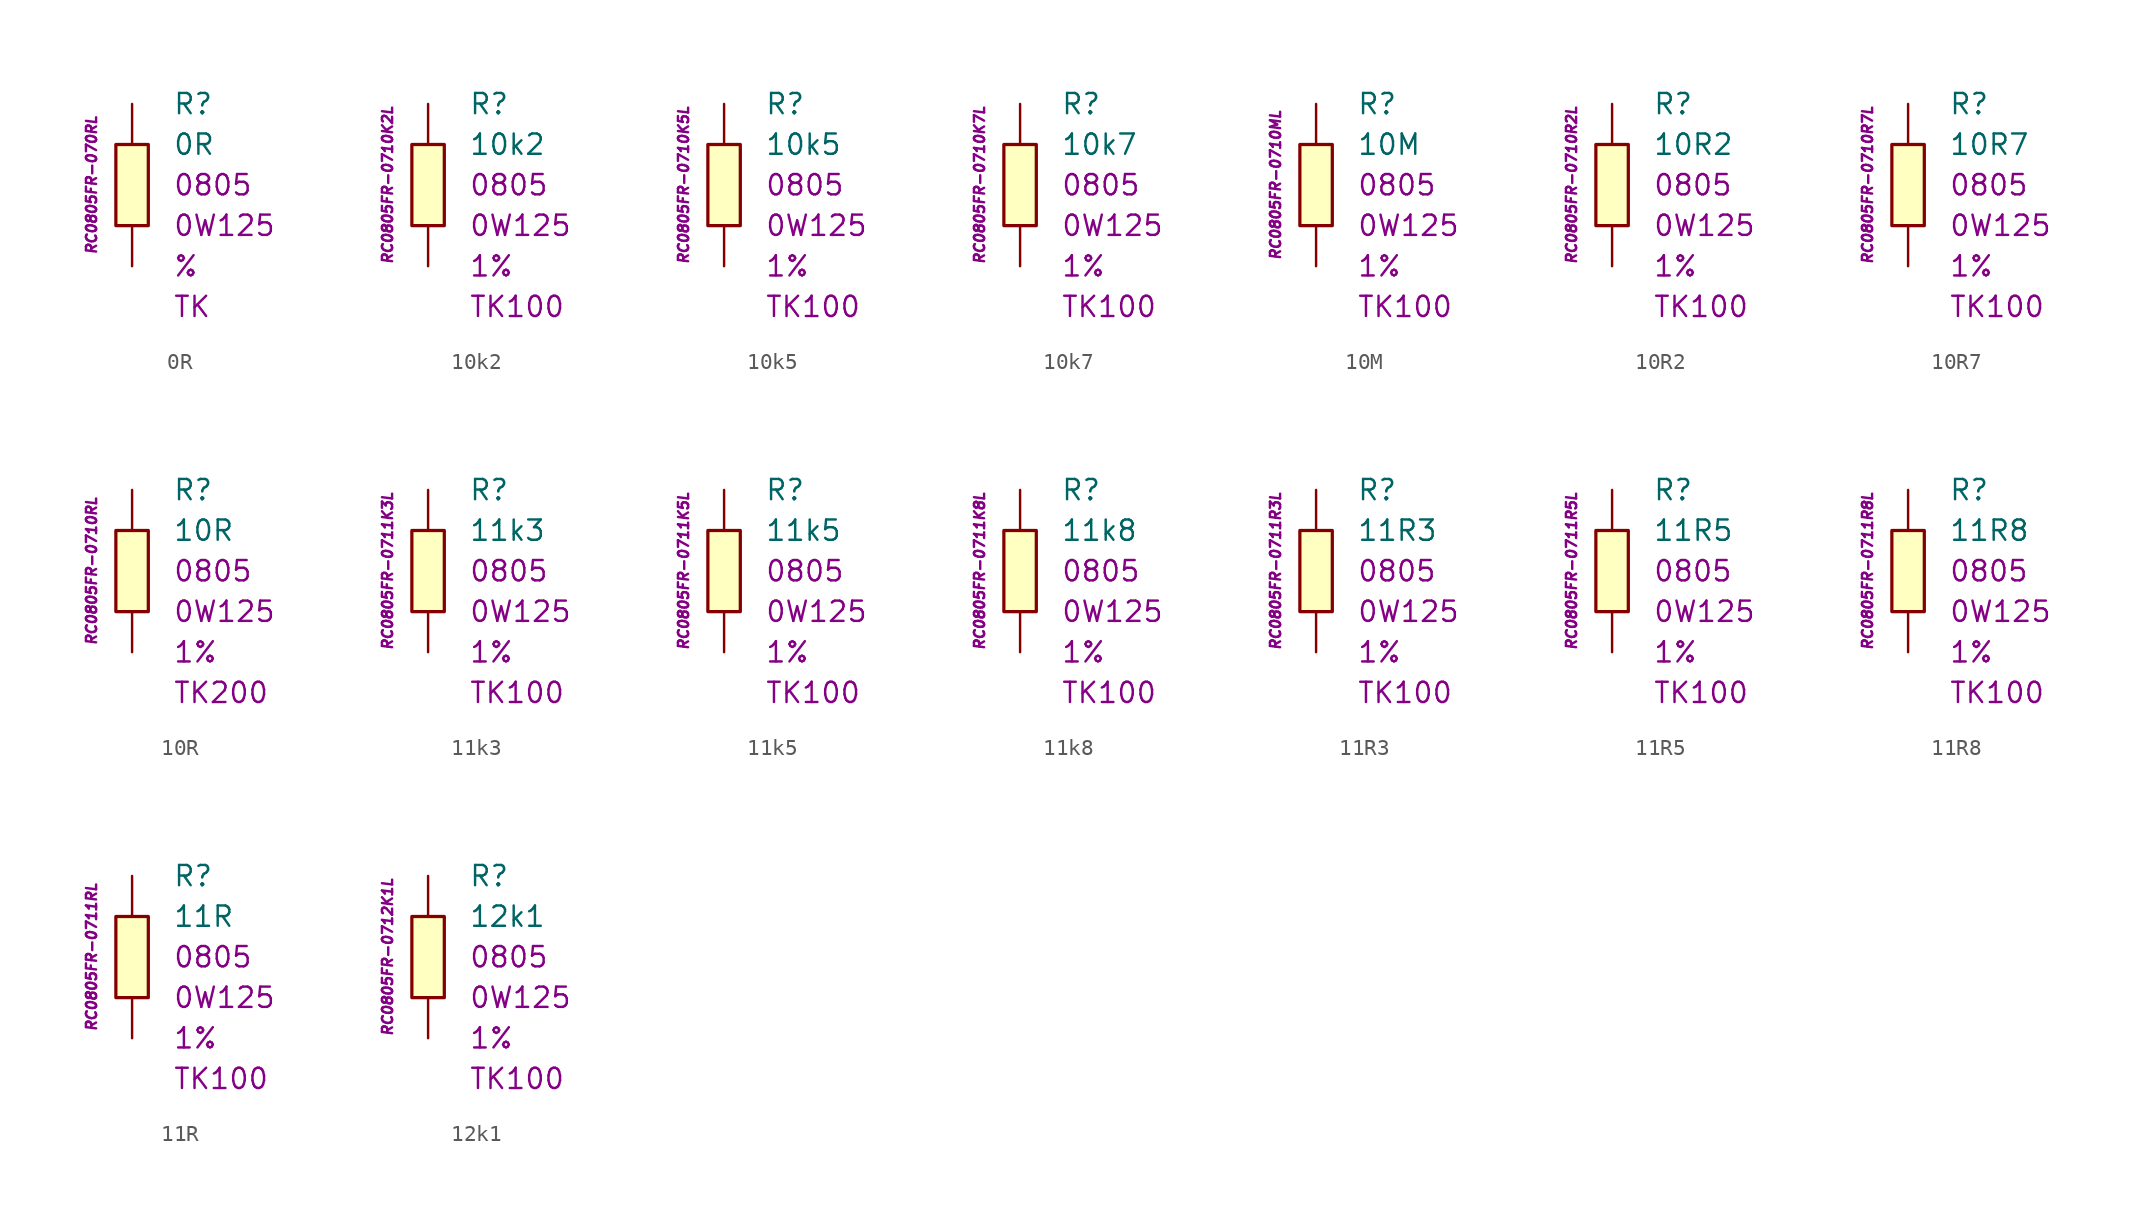
<source format=kicad_sym>
(kicad_symbol_lib
  (version 20201005)
  (generator kicad_symbol_editor)
  (symbol "0R"
    (pin_numbers hide)
    (pin_names
      (offset 1.016) hide)
    (property "Reference" "R"
      (at 2.54 5.08 0)
      (effects (font (size 1.27 1.27)) (justify left)))
    (property "Value" "0R"
      (at 2.54 2.54 0)
      (effects (font (size 1.27 1.27)) (justify left)))
    (property "Package" "0805"
      (at 2.54 0 0)
      (effects (font (size 1.27 1.27)) (justify left)))
    (property "Power" "0W125"
      (at 2.54 -2.54 0)
      (effects (font (size 1.27 1.27)) (justify left)))
    (property "Tolerance" "%"
      (at 2.54 -5.08 0)
      (effects (font (size 1.27 1.27)) (justify left)))
    (property "TK" "TK"
      (at 2.54 -7.62 0)
      (effects (font (size 1.27 1.27)) (justify left)))
    (property "ID" "RC0805FR-070RL"
      (at -2.54 0 90)
      (effects (font (size 0.635 0.635) italic)))
    (symbol "0R_0_1"
      (rectangle (start -1.016 2.54) (end 1.016 -2.54) (stroke (width 0.203)) (fill (type background))))
    (symbol "0R_1_1"
      (pin passive line (at 0 5.08 270) (length 2.54) (name "~" (effects (font (size 1.778 1.778)))) (number "1" (effects (font (size 1.778 1.778)))))
      (pin passive line (at 0 -5.08 90) (length 2.54) (name "~" (effects (font (size 1.778 1.778)))) (number "2" (effects (font (size 1.778 1.778)))))))
  (symbol "10k2"
    (pin_numbers hide)
    (pin_names
      (offset 1.016) hide)
    (property "Reference" "R"
      (at 2.54 5.08 0)
      (effects (font (size 1.27 1.27)) (justify left)))
    (property "Value" "10k2"
      (at 2.54 2.54 0)
      (effects (font (size 1.27 1.27)) (justify left)))
    (property "Package" "0805"
      (at 2.54 0 0)
      (effects (font (size 1.27 1.27)) (justify left)))
    (property "Power" "0W125"
      (at 2.54 -2.54 0)
      (effects (font (size 1.27 1.27)) (justify left)))
    (property "Tolerance" "1%"
      (at 2.54 -5.08 0)
      (effects (font (size 1.27 1.27)) (justify left)))
    (property "TK" "TK100"
      (at 2.54 -7.62 0)
      (effects (font (size 1.27 1.27)) (justify left)))
    (property "ID" "RC0805FR-0710K2L"
      (at -2.54 0 90)
      (effects (font (size 0.635 0.635) italic)))
    (symbol "10k2_0_1"
      (rectangle (start -1.016 2.54) (end 1.016 -2.54) (stroke (width 0.203)) (fill (type background))))
    (symbol "10k2_1_1"
      (pin passive line (at 0 5.08 270) (length 2.54) (name "~" (effects (font (size 1.778 1.778)))) (number "1" (effects (font (size 1.778 1.778)))))
      (pin passive line (at 0 -5.08 90) (length 2.54) (name "~" (effects (font (size 1.778 1.778)))) (number "2" (effects (font (size 1.778 1.778)))))))
  (symbol "10k5"
    (pin_numbers hide)
    (pin_names
      (offset 1.016) hide)
    (property "Reference" "R"
      (at 2.54 5.08 0)
      (effects (font (size 1.27 1.27)) (justify left)))
    (property "Value" "10k5"
      (at 2.54 2.54 0)
      (effects (font (size 1.27 1.27)) (justify left)))
    (property "Package" "0805"
      (at 2.54 0 0)
      (effects (font (size 1.27 1.27)) (justify left)))
    (property "Power" "0W125"
      (at 2.54 -2.54 0)
      (effects (font (size 1.27 1.27)) (justify left)))
    (property "Tolerance" "1%"
      (at 2.54 -5.08 0)
      (effects (font (size 1.27 1.27)) (justify left)))
    (property "TK" "TK100"
      (at 2.54 -7.62 0)
      (effects (font (size 1.27 1.27)) (justify left)))
    (property "ID" "RC0805FR-0710K5L"
      (at -2.54 0 90)
      (effects (font (size 0.635 0.635) italic)))
    (symbol "10k5_0_1"
      (rectangle (start -1.016 2.54) (end 1.016 -2.54) (stroke (width 0.203)) (fill (type background))))
    (symbol "10k5_1_1"
      (pin passive line (at 0 5.08 270) (length 2.54) (name "~" (effects (font (size 1.778 1.778)))) (number "1" (effects (font (size 1.778 1.778)))))
      (pin passive line (at 0 -5.08 90) (length 2.54) (name "~" (effects (font (size 1.778 1.778)))) (number "2" (effects (font (size 1.778 1.778)))))))
  (symbol "10k7"
    (pin_numbers hide)
    (pin_names
      (offset 1.016) hide)
    (property "Reference" "R"
      (at 2.54 5.08 0)
      (effects (font (size 1.27 1.27)) (justify left)))
    (property "Value" "10k7"
      (at 2.54 2.54 0)
      (effects (font (size 1.27 1.27)) (justify left)))
    (property "Package" "0805"
      (at 2.54 0 0)
      (effects (font (size 1.27 1.27)) (justify left)))
    (property "Power" "0W125"
      (at 2.54 -2.54 0)
      (effects (font (size 1.27 1.27)) (justify left)))
    (property "Tolerance" "1%"
      (at 2.54 -5.08 0)
      (effects (font (size 1.27 1.27)) (justify left)))
    (property "TK" "TK100"
      (at 2.54 -7.62 0)
      (effects (font (size 1.27 1.27)) (justify left)))
    (property "ID" "RC0805FR-0710K7L"
      (at -2.54 0 90)
      (effects (font (size 0.635 0.635) italic)))
    (symbol "10k7_0_1"
      (rectangle (start -1.016 2.54) (end 1.016 -2.54) (stroke (width 0.203)) (fill (type background))))
    (symbol "10k7_1_1"
      (pin passive line (at 0 5.08 270) (length 2.54) (name "~" (effects (font (size 1.778 1.778)))) (number "1" (effects (font (size 1.778 1.778)))))
      (pin passive line (at 0 -5.08 90) (length 2.54) (name "~" (effects (font (size 1.778 1.778)))) (number "2" (effects (font (size 1.778 1.778)))))))
  (symbol "10M"
    (pin_numbers hide)
    (pin_names
      (offset 1.016) hide)
    (property "Reference" "R"
      (at 2.54 5.08 0)
      (effects (font (size 1.27 1.27)) (justify left)))
    (property "Value" "10M"
      (at 2.54 2.54 0)
      (effects (font (size 1.27 1.27)) (justify left)))
    (property "Package" "0805"
      (at 2.54 0 0)
      (effects (font (size 1.27 1.27)) (justify left)))
    (property "Power" "0W125"
      (at 2.54 -2.54 0)
      (effects (font (size 1.27 1.27)) (justify left)))
    (property "Tolerance" "1%"
      (at 2.54 -5.08 0)
      (effects (font (size 1.27 1.27)) (justify left)))
    (property "TK" "TK100"
      (at 2.54 -7.62 0)
      (effects (font (size 1.27 1.27)) (justify left)))
    (property "ID" "RC0805FR-0710ML"
      (at -2.54 0 90)
      (effects (font (size 0.635 0.635) italic)))
    (symbol "10M_0_1"
      (rectangle (start -1.016 2.54) (end 1.016 -2.54) (stroke (width 0.203)) (fill (type background))))
    (symbol "10M_1_1"
      (pin passive line (at 0 5.08 270) (length 2.54) (name "~" (effects (font (size 1.778 1.778)))) (number "1" (effects (font (size 1.778 1.778)))))
      (pin passive line (at 0 -5.08 90) (length 2.54) (name "~" (effects (font (size 1.778 1.778)))) (number "2" (effects (font (size 1.778 1.778)))))))
  (symbol "10R2"
    (pin_numbers hide)
    (pin_names
      (offset 1.016) hide)
    (property "Reference" "R"
      (at 2.54 5.08 0)
      (effects (font (size 1.27 1.27)) (justify left)))
    (property "Value" "10R2"
      (at 2.54 2.54 0)
      (effects (font (size 1.27 1.27)) (justify left)))
    (property "Package" "0805"
      (at 2.54 0 0)
      (effects (font (size 1.27 1.27)) (justify left)))
    (property "Power" "0W125"
      (at 2.54 -2.54 0)
      (effects (font (size 1.27 1.27)) (justify left)))
    (property "Tolerance" "1%"
      (at 2.54 -5.08 0)
      (effects (font (size 1.27 1.27)) (justify left)))
    (property "TK" "TK100"
      (at 2.54 -7.62 0)
      (effects (font (size 1.27 1.27)) (justify left)))
    (property "ID" "RC0805FR-0710R2L"
      (at -2.54 0 90)
      (effects (font (size 0.635 0.635) italic)))
    (symbol "10R2_0_1"
      (rectangle (start -1.016 2.54) (end 1.016 -2.54) (stroke (width 0.203)) (fill (type background))))
    (symbol "10R2_1_1"
      (pin passive line (at 0 5.08 270) (length 2.54) (name "~" (effects (font (size 1.778 1.778)))) (number "1" (effects (font (size 1.778 1.778)))))
      (pin passive line (at 0 -5.08 90) (length 2.54) (name "~" (effects (font (size 1.778 1.778)))) (number "2" (effects (font (size 1.778 1.778)))))))
  (symbol "10R7"
    (pin_numbers hide)
    (pin_names
      (offset 1.016) hide)
    (property "Reference" "R"
      (at 2.54 5.08 0)
      (effects (font (size 1.27 1.27)) (justify left)))
    (property "Value" "10R7"
      (at 2.54 2.54 0)
      (effects (font (size 1.27 1.27)) (justify left)))
    (property "Package" "0805"
      (at 2.54 0 0)
      (effects (font (size 1.27 1.27)) (justify left)))
    (property "Power" "0W125"
      (at 2.54 -2.54 0)
      (effects (font (size 1.27 1.27)) (justify left)))
    (property "Tolerance" "1%"
      (at 2.54 -5.08 0)
      (effects (font (size 1.27 1.27)) (justify left)))
    (property "TK" "TK100"
      (at 2.54 -7.62 0)
      (effects (font (size 1.27 1.27)) (justify left)))
    (property "ID" "RC0805FR-0710R7L"
      (at -2.54 0 90)
      (effects (font (size 0.635 0.635) italic)))
    (symbol "10R7_0_1"
      (rectangle (start -1.016 2.54) (end 1.016 -2.54) (stroke (width 0.203)) (fill (type background))))
    (symbol "10R7_1_1"
      (pin passive line (at 0 5.08 270) (length 2.54) (name "~" (effects (font (size 1.778 1.778)))) (number "1" (effects (font (size 1.778 1.778)))))
      (pin passive line (at 0 -5.08 90) (length 2.54) (name "~" (effects (font (size 1.778 1.778)))) (number "2" (effects (font (size 1.778 1.778)))))))
  (symbol "10R"
    (pin_numbers hide)
    (pin_names
      (offset 1.016) hide)
    (property "Reference" "R"
      (at 2.54 5.08 0)
      (effects (font (size 1.27 1.27)) (justify left)))
    (property "Value" "10R"
      (at 2.54 2.54 0)
      (effects (font (size 1.27 1.27)) (justify left)))
    (property "Package" "0805"
      (at 2.54 0 0)
      (effects (font (size 1.27 1.27)) (justify left)))
    (property "Power" "0W125"
      (at 2.54 -2.54 0)
      (effects (font (size 1.27 1.27)) (justify left)))
    (property "Tolerance" "1%"
      (at 2.54 -5.08 0)
      (effects (font (size 1.27 1.27)) (justify left)))
    (property "TK" "TK200"
      (at 2.54 -7.62 0)
      (effects (font (size 1.27 1.27)) (justify left)))
    (property "ID" "RC0805FR-0710RL"
      (at -2.54 0 90)
      (effects (font (size 0.635 0.635) italic)))
    (symbol "10R_0_1"
      (rectangle (start -1.016 2.54) (end 1.016 -2.54) (stroke (width 0.203)) (fill (type background))))
    (symbol "10R_1_1"
      (pin passive line (at 0 5.08 270) (length 2.54) (name "~" (effects (font (size 1.778 1.778)))) (number "1" (effects (font (size 1.778 1.778)))))
      (pin passive line (at 0 -5.08 90) (length 2.54) (name "~" (effects (font (size 1.778 1.778)))) (number "2" (effects (font (size 1.778 1.778)))))))
  (symbol "11k3"
    (pin_numbers hide)
    (pin_names
      (offset 1.016) hide)
    (property "Reference" "R"
      (at 2.54 5.08 0)
      (effects (font (size 1.27 1.27)) (justify left)))
    (property "Value" "11k3"
      (at 2.54 2.54 0)
      (effects (font (size 1.27 1.27)) (justify left)))
    (property "Package" "0805"
      (at 2.54 0 0)
      (effects (font (size 1.27 1.27)) (justify left)))
    (property "Power" "0W125"
      (at 2.54 -2.54 0)
      (effects (font (size 1.27 1.27)) (justify left)))
    (property "Tolerance" "1%"
      (at 2.54 -5.08 0)
      (effects (font (size 1.27 1.27)) (justify left)))
    (property "TK" "TK100"
      (at 2.54 -7.62 0)
      (effects (font (size 1.27 1.27)) (justify left)))
    (property "ID" "RC0805FR-0711K3L"
      (at -2.54 0 90)
      (effects (font (size 0.635 0.635) italic)))
    (symbol "11k3_0_1"
      (rectangle (start -1.016 2.54) (end 1.016 -2.54) (stroke (width 0.203)) (fill (type background))))
    (symbol "11k3_1_1"
      (pin passive line (at 0 5.08 270) (length 2.54) (name "~" (effects (font (size 1.778 1.778)))) (number "1" (effects (font (size 1.778 1.778)))))
      (pin passive line (at 0 -5.08 90) (length 2.54) (name "~" (effects (font (size 1.778 1.778)))) (number "2" (effects (font (size 1.778 1.778)))))))
  (symbol "11k5"
    (pin_numbers hide)
    (pin_names
      (offset 1.016) hide)
    (property "Reference" "R"
      (at 2.54 5.08 0)
      (effects (font (size 1.27 1.27)) (justify left)))
    (property "Value" "11k5"
      (at 2.54 2.54 0)
      (effects (font (size 1.27 1.27)) (justify left)))
    (property "Package" "0805"
      (at 2.54 0 0)
      (effects (font (size 1.27 1.27)) (justify left)))
    (property "Power" "0W125"
      (at 2.54 -2.54 0)
      (effects (font (size 1.27 1.27)) (justify left)))
    (property "Tolerance" "1%"
      (at 2.54 -5.08 0)
      (effects (font (size 1.27 1.27)) (justify left)))
    (property "TK" "TK100"
      (at 2.54 -7.62 0)
      (effects (font (size 1.27 1.27)) (justify left)))
    (property "ID" "RC0805FR-0711K5L"
      (at -2.54 0 90)
      (effects (font (size 0.635 0.635) italic)))
    (symbol "11k5_0_1"
      (rectangle (start -1.016 2.54) (end 1.016 -2.54) (stroke (width 0.203)) (fill (type background))))
    (symbol "11k5_1_1"
      (pin passive line (at 0 5.08 270) (length 2.54) (name "~" (effects (font (size 1.778 1.778)))) (number "1" (effects (font (size 1.778 1.778)))))
      (pin passive line (at 0 -5.08 90) (length 2.54) (name "~" (effects (font (size 1.778 1.778)))) (number "2" (effects (font (size 1.778 1.778)))))))
  (symbol "11k8"
    (pin_numbers hide)
    (pin_names
      (offset 1.016) hide)
    (property "Reference" "R"
      (at 2.54 5.08 0)
      (effects (font (size 1.27 1.27)) (justify left)))
    (property "Value" "11k8"
      (at 2.54 2.54 0)
      (effects (font (size 1.27 1.27)) (justify left)))
    (property "Package" "0805"
      (at 2.54 0 0)
      (effects (font (size 1.27 1.27)) (justify left)))
    (property "Power" "0W125"
      (at 2.54 -2.54 0)
      (effects (font (size 1.27 1.27)) (justify left)))
    (property "Tolerance" "1%"
      (at 2.54 -5.08 0)
      (effects (font (size 1.27 1.27)) (justify left)))
    (property "TK" "TK100"
      (at 2.54 -7.62 0)
      (effects (font (size 1.27 1.27)) (justify left)))
    (property "ID" "RC0805FR-0711K8L"
      (at -2.54 0 90)
      (effects (font (size 0.635 0.635) italic)))
    (symbol "11k8_0_1"
      (rectangle (start -1.016 2.54) (end 1.016 -2.54) (stroke (width 0.203)) (fill (type background))))
    (symbol "11k8_1_1"
      (pin passive line (at 0 5.08 270) (length 2.54) (name "~" (effects (font (size 1.778 1.778)))) (number "1" (effects (font (size 1.778 1.778)))))
      (pin passive line (at 0 -5.08 90) (length 2.54) (name "~" (effects (font (size 1.778 1.778)))) (number "2" (effects (font (size 1.778 1.778)))))))
  (symbol "11R3"
    (pin_numbers hide)
    (pin_names
      (offset 1.016) hide)
    (property "Reference" "R"
      (at 2.54 5.08 0)
      (effects (font (size 1.27 1.27)) (justify left)))
    (property "Value" "11R3"
      (at 2.54 2.54 0)
      (effects (font (size 1.27 1.27)) (justify left)))
    (property "Package" "0805"
      (at 2.54 0 0)
      (effects (font (size 1.27 1.27)) (justify left)))
    (property "Power" "0W125"
      (at 2.54 -2.54 0)
      (effects (font (size 1.27 1.27)) (justify left)))
    (property "Tolerance" "1%"
      (at 2.54 -5.08 0)
      (effects (font (size 1.27 1.27)) (justify left)))
    (property "TK" "TK100"
      (at 2.54 -7.62 0)
      (effects (font (size 1.27 1.27)) (justify left)))
    (property "ID" "RC0805FR-0711R3L"
      (at -2.54 0 90)
      (effects (font (size 0.635 0.635) italic)))
    (symbol "11R3_0_1"
      (rectangle (start -1.016 2.54) (end 1.016 -2.54) (stroke (width 0.203)) (fill (type background))))
    (symbol "11R3_1_1"
      (pin passive line (at 0 5.08 270) (length 2.54) (name "~" (effects (font (size 1.778 1.778)))) (number "1" (effects (font (size 1.778 1.778)))))
      (pin passive line (at 0 -5.08 90) (length 2.54) (name "~" (effects (font (size 1.778 1.778)))) (number "2" (effects (font (size 1.778 1.778)))))))
  (symbol "11R5"
    (pin_numbers hide)
    (pin_names
      (offset 1.016) hide)
    (property "Reference" "R"
      (at 2.54 5.08 0)
      (effects (font (size 1.27 1.27)) (justify left)))
    (property "Value" "11R5"
      (at 2.54 2.54 0)
      (effects (font (size 1.27 1.27)) (justify left)))
    (property "Package" "0805"
      (at 2.54 0 0)
      (effects (font (size 1.27 1.27)) (justify left)))
    (property "Power" "0W125"
      (at 2.54 -2.54 0)
      (effects (font (size 1.27 1.27)) (justify left)))
    (property "Tolerance" "1%"
      (at 2.54 -5.08 0)
      (effects (font (size 1.27 1.27)) (justify left)))
    (property "TK" "TK100"
      (at 2.54 -7.62 0)
      (effects (font (size 1.27 1.27)) (justify left)))
    (property "ID" "RC0805FR-0711R5L"
      (at -2.54 0 90)
      (effects (font (size 0.635 0.635) italic)))
    (symbol "11R5_0_1"
      (rectangle (start -1.016 2.54) (end 1.016 -2.54) (stroke (width 0.203)) (fill (type background))))
    (symbol "11R5_1_1"
      (pin passive line (at 0 5.08 270) (length 2.54) (name "~" (effects (font (size 1.778 1.778)))) (number "1" (effects (font (size 1.778 1.778)))))
      (pin passive line (at 0 -5.08 90) (length 2.54) (name "~" (effects (font (size 1.778 1.778)))) (number "2" (effects (font (size 1.778 1.778)))))))
  (symbol "11R8"
    (pin_numbers hide)
    (pin_names
      (offset 1.016) hide)
    (property "Reference" "R"
      (at 2.54 5.08 0)
      (effects (font (size 1.27 1.27)) (justify left)))
    (property "Value" "11R8"
      (at 2.54 2.54 0)
      (effects (font (size 1.27 1.27)) (justify left)))
    (property "Package" "0805"
      (at 2.54 0 0)
      (effects (font (size 1.27 1.27)) (justify left)))
    (property "Power" "0W125"
      (at 2.54 -2.54 0)
      (effects (font (size 1.27 1.27)) (justify left)))
    (property "Tolerance" "1%"
      (at 2.54 -5.08 0)
      (effects (font (size 1.27 1.27)) (justify left)))
    (property "TK" "TK100"
      (at 2.54 -7.62 0)
      (effects (font (size 1.27 1.27)) (justify left)))
    (property "ID" "RC0805FR-0711R8L"
      (at -2.54 0 90)
      (effects (font (size 0.635 0.635) italic)))
    (symbol "11R8_0_1"
      (rectangle (start -1.016 2.54) (end 1.016 -2.54) (stroke (width 0.203)) (fill (type background))))
    (symbol "11R8_1_1"
      (pin passive line (at 0 5.08 270) (length 2.54) (name "~" (effects (font (size 1.778 1.778)))) (number "1" (effects (font (size 1.778 1.778)))))
      (pin passive line (at 0 -5.08 90) (length 2.54) (name "~" (effects (font (size 1.778 1.778)))) (number "2" (effects (font (size 1.778 1.778)))))))
  (symbol "11R"
    (pin_numbers hide)
    (pin_names
      (offset 1.016) hide)
    (property "Reference" "R"
      (at 2.54 5.08 0)
      (effects (font (size 1.27 1.27)) (justify left)))
    (property "Value" "11R"
      (at 2.54 2.54 0)
      (effects (font (size 1.27 1.27)) (justify left)))
    (property "Package" "0805"
      (at 2.54 0 0)
      (effects (font (size 1.27 1.27)) (justify left)))
    (property "Power" "0W125"
      (at 2.54 -2.54 0)
      (effects (font (size 1.27 1.27)) (justify left)))
    (property "Tolerance" "1%"
      (at 2.54 -5.08 0)
      (effects (font (size 1.27 1.27)) (justify left)))
    (property "TK" "TK100"
      (at 2.54 -7.62 0)
      (effects (font (size 1.27 1.27)) (justify left)))
    (property "ID" "RC0805FR-0711RL"
      (at -2.54 0 90)
      (effects (font (size 0.635 0.635) italic)))
    (symbol "11R_0_1"
      (rectangle (start -1.016 2.54) (end 1.016 -2.54) (stroke (width 0.203)) (fill (type background))))
    (symbol "11R_1_1"
      (pin passive line (at 0 5.08 270) (length 2.54) (name "~" (effects (font (size 1.778 1.778)))) (number "1" (effects (font (size 1.778 1.778)))))
      (pin passive line (at 0 -5.08 90) (length 2.54) (name "~" (effects (font (size 1.778 1.778)))) (number "2" (effects (font (size 1.778 1.778)))))))
  (symbol "12k1"
    (pin_numbers hide)
    (pin_names
      (offset 1.016) hide)
    (property "Reference" "R"
      (at 2.54 5.08 0)
      (effects (font (size 1.27 1.27)) (justify left)))
    (property "Value" "12k1"
      (at 2.54 2.54 0)
      (effects (font (size 1.27 1.27)) (justify left)))
    (property "Package" "0805"
      (at 2.54 0 0)
      (effects (font (size 1.27 1.27)) (justify left)))
    (property "Power" "0W125"
      (at 2.54 -2.54 0)
      (effects (font (size 1.27 1.27)) (justify left)))
    (property "Tolerance" "1%"
      (at 2.54 -5.08 0)
      (effects (font (size 1.27 1.27)) (justify left)))
    (property "TK" "TK100"
      (at 2.54 -7.62 0)
      (effects (font (size 1.27 1.27)) (justify left)))
    (property "ID" "RC0805FR-0712K1L"
      (at -2.54 0 90)
      (effects (font (size 0.635 0.635) italic)))
    (symbol "12k1_0_1"
      (rectangle (start -1.016 2.54) (end 1.016 -2.54) (stroke (width 0.203)) (fill (type background))))
    (symbol "12k1_1_1"
      (pin passive line (at 0 5.08 270) (length 2.54) (name "~" (effects (font (size 1.778 1.778)))) (number "1" (effects (font (size 1.778 1.778)))))
      (pin passive line (at 0 -5.08 90) (length 2.54) (name "~" (effects (font (size 1.778 1.778)))) (number "2" (effects (font (size 1.778 1.778))))))))
</source>
